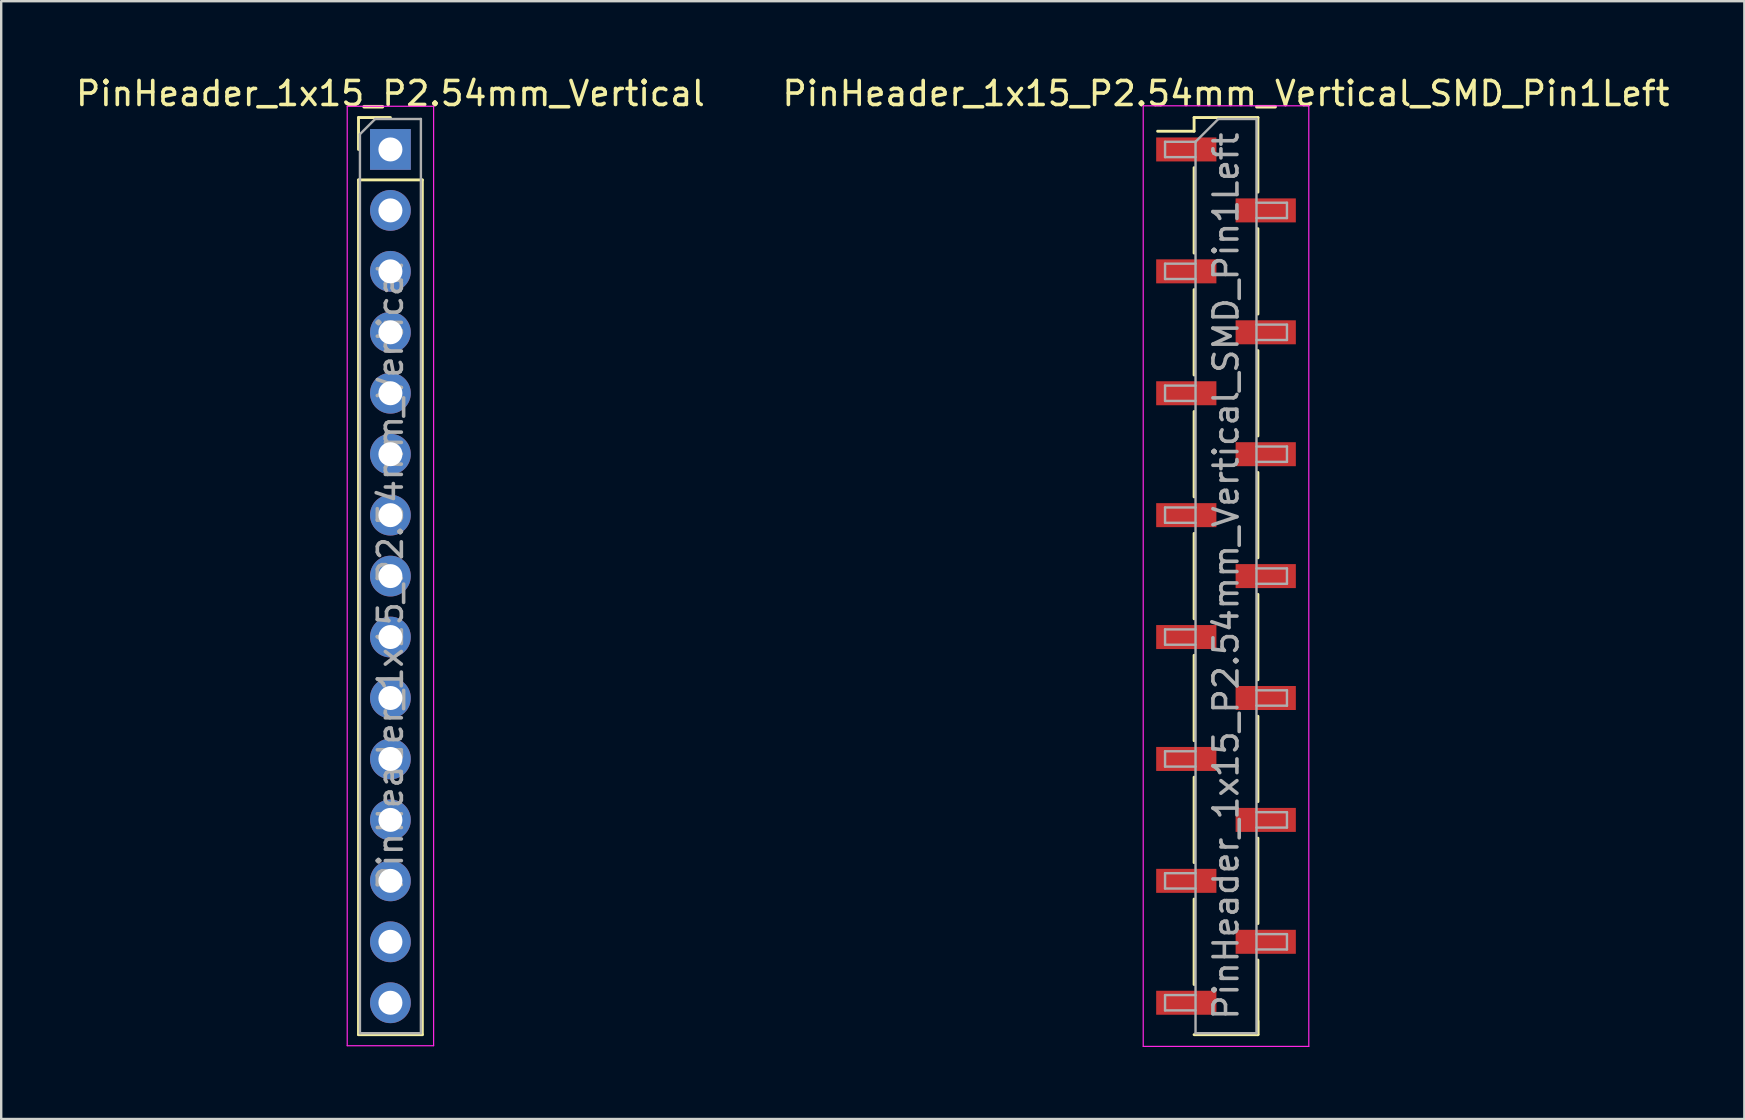
<source format=kicad_pcb>
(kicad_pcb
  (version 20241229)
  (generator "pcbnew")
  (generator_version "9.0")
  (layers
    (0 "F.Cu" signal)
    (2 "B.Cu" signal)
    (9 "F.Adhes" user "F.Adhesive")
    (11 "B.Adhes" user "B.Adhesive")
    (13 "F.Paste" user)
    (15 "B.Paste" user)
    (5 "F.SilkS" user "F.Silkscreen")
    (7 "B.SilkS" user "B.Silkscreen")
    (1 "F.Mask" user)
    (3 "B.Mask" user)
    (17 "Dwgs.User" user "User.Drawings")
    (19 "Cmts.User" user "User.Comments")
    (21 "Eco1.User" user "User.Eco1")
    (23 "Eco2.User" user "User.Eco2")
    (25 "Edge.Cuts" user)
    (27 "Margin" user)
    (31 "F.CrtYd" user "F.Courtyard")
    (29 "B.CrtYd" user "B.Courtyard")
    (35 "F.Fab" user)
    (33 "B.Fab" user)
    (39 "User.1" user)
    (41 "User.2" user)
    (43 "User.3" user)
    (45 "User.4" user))
  (footprint "PinHeader_1x15_P2.54mm_Vertical_SMD_Pin1Left"
    (layer "F.Cu")
    (at 48.042 20.958)
    (property "Reference" "PinHeader_1x15_P2.54mm_Vertical_SMD_Pin1Left" (at 0 -20.11 0) (layer "F.SilkS") (effects (font (size 1 1) (thickness 0.15))))
    (attr smd)
    (fp_line (start -1.33 -19.11) (end -1.33 -18.54) (stroke (width 0.12) (type solid)) (layer "F.SilkS"))
    (fp_line (start -1.33 -19.11) (end 1.33 -19.11) (stroke (width 0.12) (type solid)) (layer "F.SilkS"))
    (fp_line (start -1.33 -18.54) (end -2.85 -18.54) (stroke (width 0.12) (type solid)) (layer "F.SilkS"))
    (fp_line (start -1.33 -17.02) (end -1.33 -13.46) (stroke (width 0.12) (type solid)) (layer "F.SilkS"))
    (fp_line (start -1.33 -11.94) (end -1.33 -8.38) (stroke (width 0.12) (type solid)) (layer "F.SilkS"))
    (fp_line (start -1.33 -6.86) (end -1.33 -3.3) (stroke (width 0.12) (type solid)) (layer "F.SilkS"))
    (fp_line (start -1.33 -1.78) (end -1.33 1.78) (stroke (width 0.12) (type solid)) (layer "F.SilkS"))
    (fp_line (start -1.33 3.3) (end -1.33 6.86) (stroke (width 0.12) (type solid)) (layer "F.SilkS"))
    (fp_line (start -1.33 8.38) (end -1.33 11.94) (stroke (width 0.12) (type solid)) (layer "F.SilkS"))
    (fp_line (start -1.33 13.46) (end -1.33 17.02) (stroke (width 0.12) (type solid)) (layer "F.SilkS"))
    (fp_line (start -1.33 19.11) (end 1.33 19.11) (stroke (width 0.12) (type solid)) (layer "F.SilkS"))
    (fp_line (start 1.33 -19.11) (end 1.33 -16) (stroke (width 0.12) (type solid)) (layer "F.SilkS"))
    (fp_line (start 1.33 -14.48) (end 1.33 -10.92) (stroke (width 0.12) (type solid)) (layer "F.SilkS"))
    (fp_line (start 1.33 -9.4) (end 1.33 -5.84) (stroke (width 0.12) (type solid)) (layer "F.SilkS"))
    (fp_line (start 1.33 -4.32) (end 1.33 -0.76) (stroke (width 0.12) (type solid)) (layer "F.SilkS"))
    (fp_line (start 1.33 0.76) (end 1.33 4.32) (stroke (width 0.12) (type solid)) (layer "F.SilkS"))
    (fp_line (start 1.33 5.84) (end 1.33 9.4) (stroke (width 0.12) (type solid)) (layer "F.SilkS"))
    (fp_line (start 1.33 10.92) (end 1.33 14.48) (stroke (width 0.12) (type solid)) (layer "F.SilkS"))
    (fp_line (start 1.33 16) (end 1.33 19.11) (stroke (width 0.12) (type solid)) (layer "F.SilkS"))
    (fp_line (start 1.33 18.54) (end 1.33 19.11) (stroke (width 0.12) (type solid)) (layer "F.SilkS"))
    (fp_line (start -3.45 -19.6) (end -3.45 19.6) (stroke (width 0.05) (type solid)) (layer "F.CrtYd"))
    (fp_line (start -3.45 19.6) (end 3.45 19.6) (stroke (width 0.05) (type solid)) (layer "F.CrtYd"))
    (fp_line (start 3.45 -19.6) (end -3.45 -19.6) (stroke (width 0.05) (type solid)) (layer "F.CrtYd"))
    (fp_line (start 3.45 19.6) (end 3.45 -19.6) (stroke (width 0.05) (type solid)) (layer "F.CrtYd"))
    (fp_line (start -2.54 -18.1) (end -2.54 -17.46) (stroke (width 0.1) (type solid)) (layer "F.Fab"))
    (fp_line (start -2.54 -17.46) (end -1.27 -17.46) (stroke (width 0.1) (type solid)) (layer "F.Fab"))
    (fp_line (start -2.54 -13.02) (end -2.54 -12.38) (stroke (width 0.1) (type solid)) (layer "F.Fab"))
    (fp_line (start -2.54 -12.38) (end -1.27 -12.38) (stroke (width 0.1) (type solid)) (layer "F.Fab"))
    (fp_line (start -2.54 -7.94) (end -2.54 -7.3) (stroke (width 0.1) (type solid)) (layer "F.Fab"))
    (fp_line (start -2.54 -7.3) (end -1.27 -7.3) (stroke (width 0.1) (type solid)) (layer "F.Fab"))
    (fp_line (start -2.54 -2.86) (end -2.54 -2.22) (stroke (width 0.1) (type solid)) (layer "F.Fab"))
    (fp_line (start -2.54 -2.22) (end -1.27 -2.22) (stroke (width 0.1) (type solid)) (layer "F.Fab"))
    (fp_line (start -2.54 2.22) (end -2.54 2.86) (stroke (width 0.1) (type solid)) (layer "F.Fab"))
    (fp_line (start -2.54 2.86) (end -1.27 2.86) (stroke (width 0.1) (type solid)) (layer "F.Fab"))
    (fp_line (start -2.54 7.3) (end -2.54 7.94) (stroke (width 0.1) (type solid)) (layer "F.Fab"))
    (fp_line (start -2.54 7.94) (end -1.27 7.94) (stroke (width 0.1) (type solid)) (layer "F.Fab"))
    (fp_line (start -2.54 12.38) (end -2.54 13.02) (stroke (width 0.1) (type solid)) (layer "F.Fab"))
    (fp_line (start -2.54 13.02) (end -1.27 13.02) (stroke (width 0.1) (type solid)) (layer "F.Fab"))
    (fp_line (start -2.54 17.46) (end -2.54 18.1) (stroke (width 0.1) (type solid)) (layer "F.Fab"))
    (fp_line (start -2.54 18.1) (end -1.27 18.1) (stroke (width 0.1) (type solid)) (layer "F.Fab"))
    (fp_line (start -1.27 -18.1) (end -2.54 -18.1) (stroke (width 0.1) (type solid)) (layer "F.Fab"))
    (fp_line (start -1.27 -18.1) (end -0.32 -19.05) (stroke (width 0.1) (type solid)) (layer "F.Fab"))
    (fp_line (start -1.27 -13.02) (end -2.54 -13.02) (stroke (width 0.1) (type solid)) (layer "F.Fab"))
    (fp_line (start -1.27 -7.94) (end -2.54 -7.94) (stroke (width 0.1) (type solid)) (layer "F.Fab"))
    (fp_line (start -1.27 -2.86) (end -2.54 -2.86) (stroke (width 0.1) (type solid)) (layer "F.Fab"))
    (fp_line (start -1.27 2.22) (end -2.54 2.22) (stroke (width 0.1) (type solid)) (layer "F.Fab"))
    (fp_line (start -1.27 7.3) (end -2.54 7.3) (stroke (width 0.1) (type solid)) (layer "F.Fab"))
    (fp_line (start -1.27 12.38) (end -2.54 12.38) (stroke (width 0.1) (type solid)) (layer "F.Fab"))
    (fp_line (start -1.27 17.46) (end -2.54 17.46) (stroke (width 0.1) (type solid)) (layer "F.Fab"))
    (fp_line (start -1.27 19.05) (end -1.27 -18.1) (stroke (width 0.1) (type solid)) (layer "F.Fab"))
    (fp_line (start -0.32 -19.05) (end 1.27 -19.05) (stroke (width 0.1) (type solid)) (layer "F.Fab"))
    (fp_line (start 1.27 -19.05) (end 1.27 19.05) (stroke (width 0.1) (type solid)) (layer "F.Fab"))
    (fp_line (start 1.27 -15.56) (end 2.54 -15.56) (stroke (width 0.1) (type solid)) (layer "F.Fab"))
    (fp_line (start 1.27 -10.48) (end 2.54 -10.48) (stroke (width 0.1) (type solid)) (layer "F.Fab"))
    (fp_line (start 1.27 -5.4) (end 2.54 -5.4) (stroke (width 0.1) (type solid)) (layer "F.Fab"))
    (fp_line (start 1.27 -0.32) (end 2.54 -0.32) (stroke (width 0.1) (type solid)) (layer "F.Fab"))
    (fp_line (start 1.27 4.76) (end 2.54 4.76) (stroke (width 0.1) (type solid)) (layer "F.Fab"))
    (fp_line (start 1.27 9.84) (end 2.54 9.84) (stroke (width 0.1) (type solid)) (layer "F.Fab"))
    (fp_line (start 1.27 14.92) (end 2.54 14.92) (stroke (width 0.1) (type solid)) (layer "F.Fab"))
    (fp_line (start 1.27 19.05) (end -1.27 19.05) (stroke (width 0.1) (type solid)) (layer "F.Fab"))
    (fp_line (start 2.54 -15.56) (end 2.54 -14.92) (stroke (width 0.1) (type solid)) (layer "F.Fab"))
    (fp_line (start 2.54 -14.92) (end 1.27 -14.92) (stroke (width 0.1) (type solid)) (layer "F.Fab"))
    (fp_line (start 2.54 -10.48) (end 2.54 -9.84) (stroke (width 0.1) (type solid)) (layer "F.Fab"))
    (fp_line (start 2.54 -9.84) (end 1.27 -9.84) (stroke (width 0.1) (type solid)) (layer "F.Fab"))
    (fp_line (start 2.54 -5.4) (end 2.54 -4.76) (stroke (width 0.1) (type solid)) (layer "F.Fab"))
    (fp_line (start 2.54 -4.76) (end 1.27 -4.76) (stroke (width 0.1) (type solid)) (layer "F.Fab"))
    (fp_line (start 2.54 -0.32) (end 2.54 0.32) (stroke (width 0.1) (type solid)) (layer "F.Fab"))
    (fp_line (start 2.54 0.32) (end 1.27 0.32) (stroke (width 0.1) (type solid)) (layer "F.Fab"))
    (fp_line (start 2.54 4.76) (end 2.54 5.4) (stroke (width 0.1) (type solid)) (layer "F.Fab"))
    (fp_line (start 2.54 5.4) (end 1.27 5.4) (stroke (width 0.1) (type solid)) (layer "F.Fab"))
    (fp_line (start 2.54 9.84) (end 2.54 10.48) (stroke (width 0.1) (type solid)) (layer "F.Fab"))
    (fp_line (start 2.54 10.48) (end 1.27 10.48) (stroke (width 0.1) (type solid)) (layer "F.Fab"))
    (fp_line (start 2.54 14.92) (end 2.54 15.56) (stroke (width 0.1) (type solid)) (layer "F.Fab"))
    (fp_line (start 2.54 15.56) (end 1.27 15.56) (stroke (width 0.1) (type solid)) (layer "F.Fab"))
    (fp_text user "${REFERENCE}" (at 0 0 90) (layer "F.Fab") (effects (font (size 1 1) (thickness 0.15))))
    (pad "1" smd rect (at -1.655 -17.78) (size 2.51 1) (layers "F.Cu" "F.Mask" "F.Paste"))
    (pad "2" smd rect (at 1.655 -15.24) (size 2.51 1) (layers "F.Cu" "F.Mask" "F.Paste"))
    (pad "3" smd rect (at -1.655 -12.7) (size 2.51 1) (layers "F.Cu" "F.Mask" "F.Paste"))
    (pad "4" smd rect (at 1.655 -10.16) (size 2.51 1) (layers "F.Cu" "F.Mask" "F.Paste"))
    (pad "5" smd rect (at -1.655 -7.62) (size 2.51 1) (layers "F.Cu" "F.Mask" "F.Paste"))
    (pad "6" smd rect (at 1.655 -5.08) (size 2.51 1) (layers "F.Cu" "F.Mask" "F.Paste"))
    (pad "7" smd rect (at -1.655 -2.54) (size 2.51 1) (layers "F.Cu" "F.Mask" "F.Paste"))
    (pad "8" smd rect (at 1.655 0) (size 2.51 1) (layers "F.Cu" "F.Mask" "F.Paste"))
    (pad "9" smd rect (at -1.655 2.54) (size 2.51 1) (layers "F.Cu" "F.Mask" "F.Paste"))
    (pad "10" smd rect (at 1.655 5.08) (size 2.51 1) (layers "F.Cu" "F.Mask" "F.Paste"))
    (pad "11" smd rect (at -1.655 7.62) (size 2.51 1) (layers "F.Cu" "F.Mask" "F.Paste"))
    (pad "12" smd rect (at 1.655 10.16) (size 2.51 1) (layers "F.Cu" "F.Mask" "F.Paste"))
    (pad "13" smd rect (at -1.655 12.7) (size 2.51 1) (layers "F.Cu" "F.Mask" "F.Paste"))
    (pad "14" smd rect (at 1.655 15.24) (size 2.51 1) (layers "F.Cu" "F.Mask" "F.Paste"))
    (pad "15" smd rect (at -1.655 17.78) (size 2.51 1) (layers "F.Cu" "F.Mask" "F.Paste")))
  (footprint "PinHeader_1x15_P2.54mm_Vertical"
    (layer "F.Cu")
    (at 13.22 3.178)
    (property "Reference" "PinHeader_1x15_P2.54mm_Vertical" (at 0 -2.33 0) (layer "F.SilkS") (effects (font (size 1 1) (thickness 0.15))))
    (attr through_hole)
    (fp_line (start -1.33 -1.33) (end 0 -1.33) (stroke (width 0.12) (type solid)) (layer "F.SilkS"))
    (fp_line (start -1.33 0) (end -1.33 -1.33) (stroke (width 0.12) (type solid)) (layer "F.SilkS"))
    (fp_line (start -1.33 1.27) (end -1.33 36.89) (stroke (width 0.12) (type solid)) (layer "F.SilkS"))
    (fp_line (start -1.33 1.27) (end 1.33 1.27) (stroke (width 0.12) (type solid)) (layer "F.SilkS"))
    (fp_line (start -1.33 36.89) (end 1.33 36.89) (stroke (width 0.12) (type solid)) (layer "F.SilkS"))
    (fp_line (start 1.33 1.27) (end 1.33 36.89) (stroke (width 0.12) (type solid)) (layer "F.SilkS"))
    (fp_line (start -1.8 -1.8) (end -1.8 37.35) (stroke (width 0.05) (type solid)) (layer "F.CrtYd"))
    (fp_line (start -1.8 37.35) (end 1.8 37.35) (stroke (width 0.05) (type solid)) (layer "F.CrtYd"))
    (fp_line (start 1.8 -1.8) (end -1.8 -1.8) (stroke (width 0.05) (type solid)) (layer "F.CrtYd"))
    (fp_line (start 1.8 37.35) (end 1.8 -1.8) (stroke (width 0.05) (type solid)) (layer "F.CrtYd"))
    (fp_line (start -1.27 -0.635) (end -0.635 -1.27) (stroke (width 0.1) (type solid)) (layer "F.Fab"))
    (fp_line (start -1.27 36.83) (end -1.27 -0.635) (stroke (width 0.1) (type solid)) (layer "F.Fab"))
    (fp_line (start -0.635 -1.27) (end 1.27 -1.27) (stroke (width 0.1) (type solid)) (layer "F.Fab"))
    (fp_line (start 1.27 -1.27) (end 1.27 36.83) (stroke (width 0.1) (type solid)) (layer "F.Fab"))
    (fp_line (start 1.27 36.83) (end -1.27 36.83) (stroke (width 0.1) (type solid)) (layer "F.Fab"))
    (fp_text user "${REFERENCE}" (at 0 17.78 90) (layer "F.Fab") (effects (font (size 1 1) (thickness 0.15))))
    (pad "1" thru_hole rect (at 0 0) (size 1.7 1.7) (drill 1) (layers "*.Cu" "*.Mask"))
    (pad "2" thru_hole oval (at 0 2.54) (size 1.7 1.7) (drill 1) (layers "*.Cu" "*.Mask"))
    (pad "3" thru_hole oval (at 0 5.08) (size 1.7 1.7) (drill 1) (layers "*.Cu" "*.Mask"))
    (pad "4" thru_hole oval (at 0 7.62) (size 1.7 1.7) (drill 1) (layers "*.Cu" "*.Mask"))
    (pad "5" thru_hole oval (at 0 10.16) (size 1.7 1.7) (drill 1) (layers "*.Cu" "*.Mask"))
    (pad "6" thru_hole oval (at 0 12.7) (size 1.7 1.7) (drill 1) (layers "*.Cu" "*.Mask"))
    (pad "7" thru_hole oval (at 0 15.24) (size 1.7 1.7) (drill 1) (layers "*.Cu" "*.Mask"))
    (pad "8" thru_hole oval (at 0 17.78) (size 1.7 1.7) (drill 1) (layers "*.Cu" "*.Mask"))
    (pad "9" thru_hole oval (at 0 20.32) (size 1.7 1.7) (drill 1) (layers "*.Cu" "*.Mask"))
    (pad "10" thru_hole oval (at 0 22.86) (size 1.7 1.7) (drill 1) (layers "*.Cu" "*.Mask"))
    (pad "11" thru_hole oval (at 0 25.4) (size 1.7 1.7) (drill 1) (layers "*.Cu" "*.Mask"))
    (pad "12" thru_hole oval (at 0 27.94) (size 1.7 1.7) (drill 1) (layers "*.Cu" "*.Mask"))
    (pad "13" thru_hole oval (at 0 30.48) (size 1.7 1.7) (drill 1) (layers "*.Cu" "*.Mask"))
    (pad "14" thru_hole oval (at 0 33.02) (size 1.7 1.7) (drill 1) (layers "*.Cu" "*.Mask"))
    (pad "15" thru_hole oval (at 0 35.56) (size 1.7 1.7) (drill 1) (layers "*.Cu" "*.Mask")))
  (gr_rect
    (start -3 -3)
    (end 69.643 43.583)
    (stroke (width 0.1) (type default))
    (fill no)
    (layer "Edge.Cuts")))
</source>
